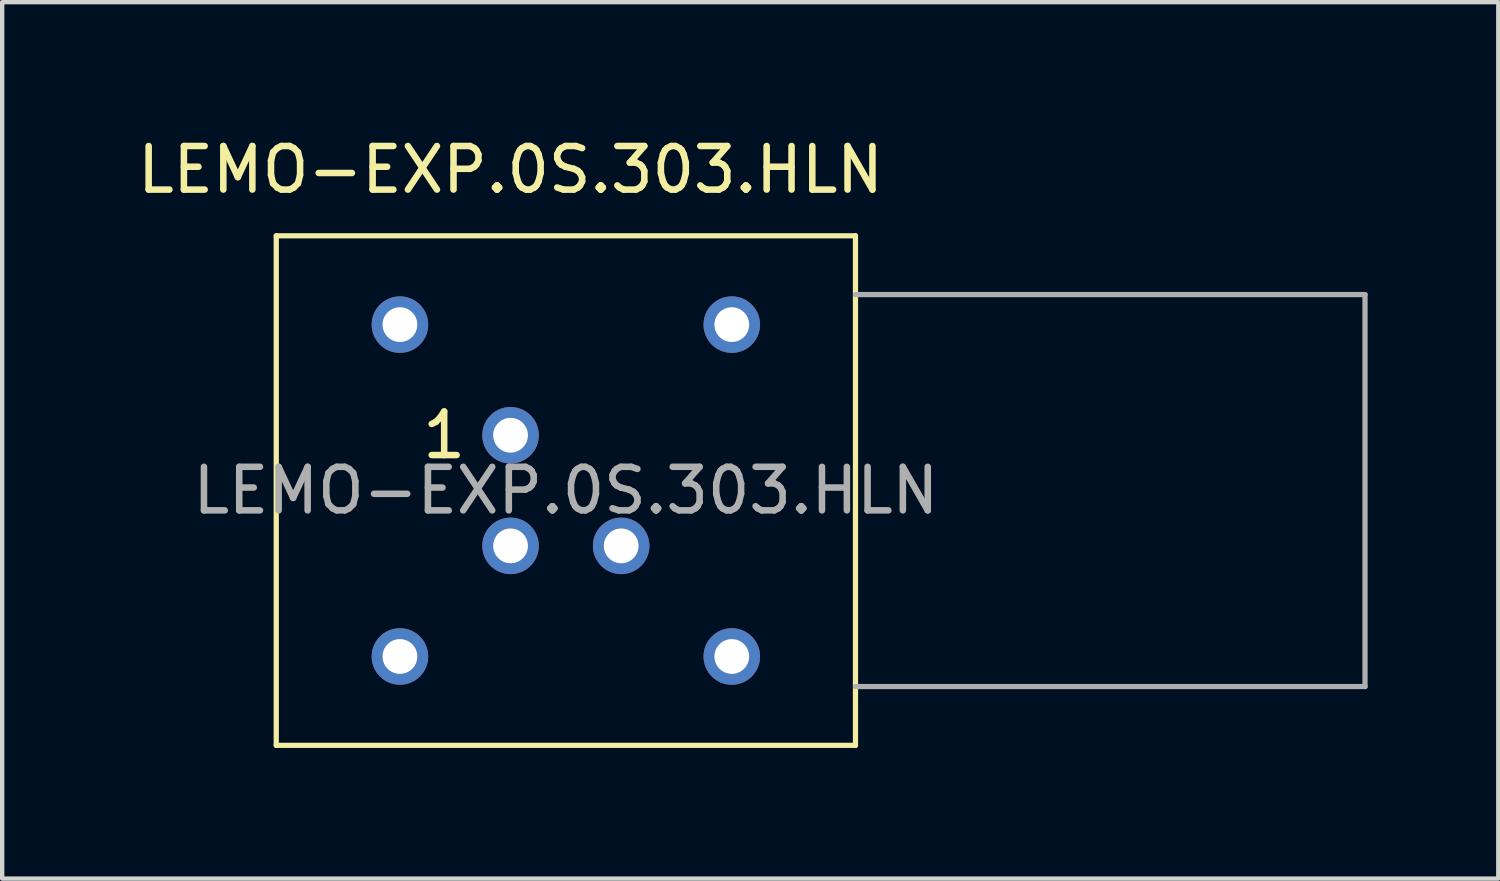
<source format=kicad_pcb>
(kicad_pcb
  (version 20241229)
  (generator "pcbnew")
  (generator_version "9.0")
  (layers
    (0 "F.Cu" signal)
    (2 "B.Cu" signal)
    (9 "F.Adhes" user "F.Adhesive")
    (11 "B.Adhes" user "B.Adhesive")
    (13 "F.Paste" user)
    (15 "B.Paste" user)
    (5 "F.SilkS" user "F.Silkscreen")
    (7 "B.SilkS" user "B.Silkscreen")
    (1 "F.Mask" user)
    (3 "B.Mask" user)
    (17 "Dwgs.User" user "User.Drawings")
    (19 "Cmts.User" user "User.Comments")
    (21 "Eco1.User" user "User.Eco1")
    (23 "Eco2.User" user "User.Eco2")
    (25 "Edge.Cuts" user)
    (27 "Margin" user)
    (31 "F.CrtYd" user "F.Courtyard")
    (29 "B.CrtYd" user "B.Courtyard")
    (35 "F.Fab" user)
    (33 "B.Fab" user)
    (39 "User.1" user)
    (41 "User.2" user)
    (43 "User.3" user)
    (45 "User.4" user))
  (footprint "LEMO-EXP.0S.303.HLN"
    (layer "F.Cu")
    (at 8.673 6.944)
    (property "Reference" "LEMO-EXP.0S.303.HLN" (at 0 -6.096 0) (layer "F.SilkS") (effects (font (size 1 1) (thickness 0.15))))
    (attr exclude_from_pos_files exclude_from_bom)
    (fp_line (start -5.38 -4.58) (end 7.92 -4.58) (stroke (width 0.12) (type solid)) (layer "F.SilkS"))
    (fp_line (start -5.38 7.12) (end -5.38 -4.58) (stroke (width 0.12) (type solid)) (layer "F.SilkS"))
    (fp_line (start 7.92 -4.58) (end 7.92 7.12) (stroke (width 0.12) (type solid)) (layer "F.SilkS"))
    (fp_line (start 7.92 7.12) (end -5.38 7.12) (stroke (width 0.12) (type solid)) (layer "F.SilkS"))
    (fp_line (start 7.92 -3.23) (end 19.62 -3.23) (stroke (width 0.12) (type solid)) (layer "F.Fab"))
    (fp_line (start 7.92 5.77) (end 19.62 5.77) (stroke (width 0.12) (type solid)) (layer "F.Fab"))
    (fp_line (start 19.62 -3.23) (end 19.62 5.77) (stroke (width 0.12) (type solid)) (layer "F.Fab"))
    (fp_text user "1" (at -1.524 0 0) (layer "F.SilkS") (effects (font (size 1 1) (thickness 0.15))))
    (fp_text user "${REFERENCE}" (at 1.27 1.27 0) (layer "F.Fab") (effects (font (size 1 1) (thickness 0.15))))
    (pad "1" thru_hole circle (at 0 0) (size 1.298 1.298) (drill 0.798) (layers "*.Cu" "*.Paste" "*.Mask"))
    (pad "2" thru_hole circle (at 0 2.54) (size 1.298 1.298) (drill 0.798) (layers "*.Cu" "*.Paste" "*.Mask"))
    (pad "3" thru_hole circle (at 2.54 2.54) (size 1.298 1.298) (drill 0.798) (layers "*.Cu" "*.Paste" "*.Mask"))
    (pad "SH" thru_hole circle (at -2.54 -2.54) (size 1.298 1.298) (drill 0.798) (layers "*.Cu" "*.Paste" "*.Mask"))
    (pad "SH" thru_hole circle (at -2.54 5.08) (size 1.298 1.298) (drill 0.798) (layers "*.Cu" "*.Paste" "*.Mask"))
    (pad "SH" thru_hole circle (at 5.08 -2.54) (size 1.298 1.298) (drill 0.798) (layers "*.Cu" "*.Paste" "*.Mask"))
    (pad "SH" thru_hole circle (at 5.08 5.08) (size 1.298 1.298) (drill 0.798) (layers "*.Cu" "*.Paste" "*.Mask")))
  (gr_rect
    (start -3 -3)
    (end 31.353 17.124)
    (stroke (width 0.1) (type default))
    (fill no)
    (layer "Edge.Cuts")))
</source>
